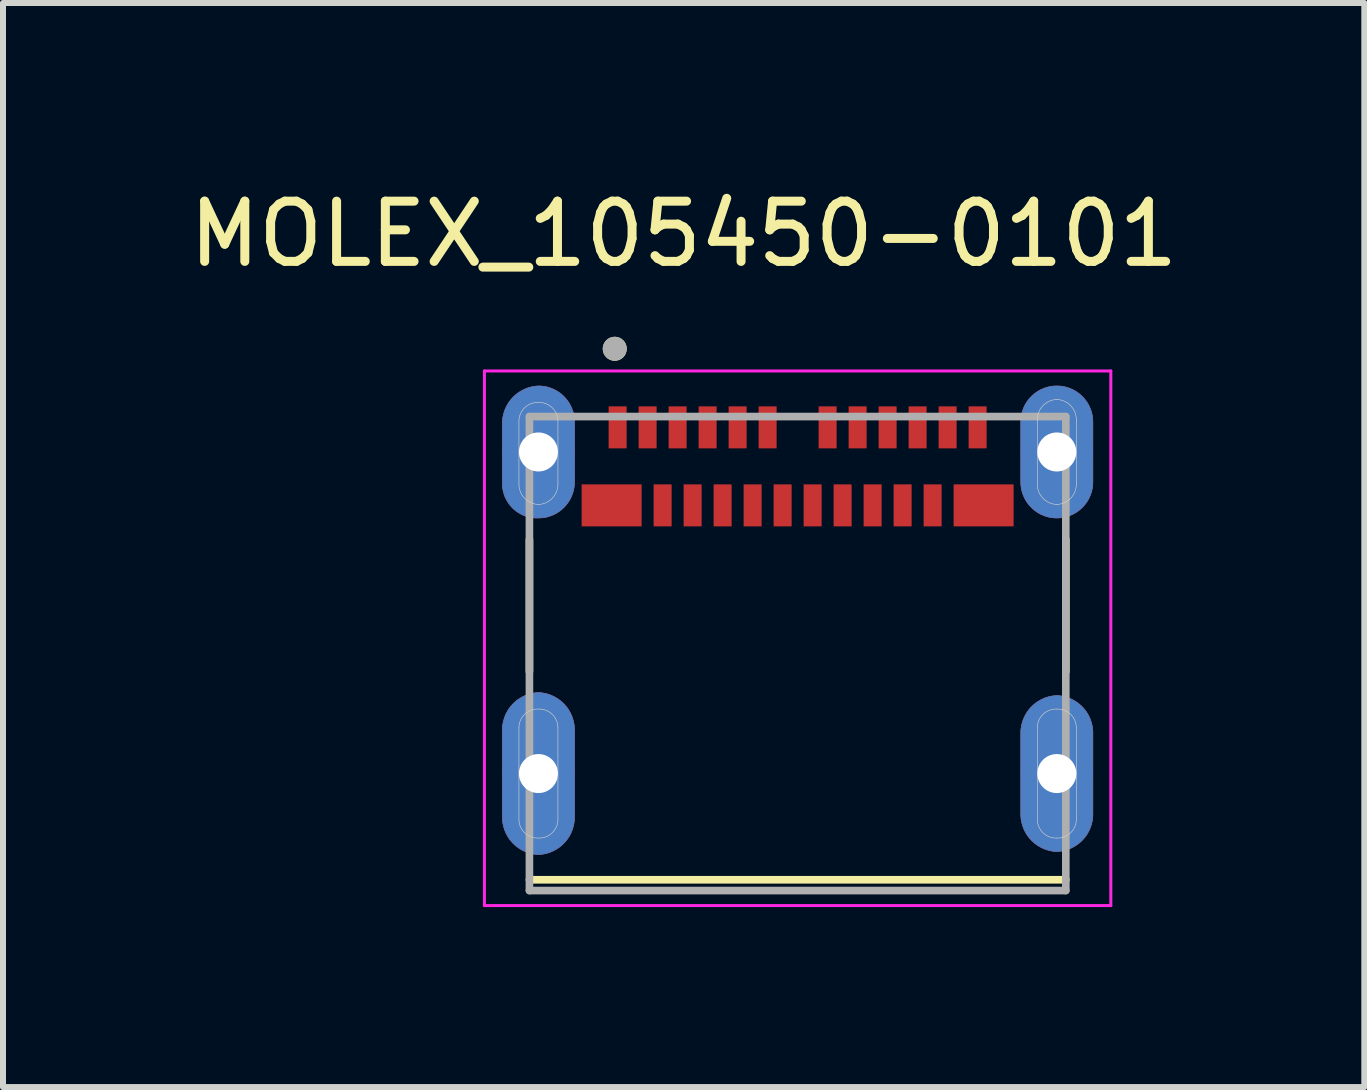
<source format=kicad_pcb>
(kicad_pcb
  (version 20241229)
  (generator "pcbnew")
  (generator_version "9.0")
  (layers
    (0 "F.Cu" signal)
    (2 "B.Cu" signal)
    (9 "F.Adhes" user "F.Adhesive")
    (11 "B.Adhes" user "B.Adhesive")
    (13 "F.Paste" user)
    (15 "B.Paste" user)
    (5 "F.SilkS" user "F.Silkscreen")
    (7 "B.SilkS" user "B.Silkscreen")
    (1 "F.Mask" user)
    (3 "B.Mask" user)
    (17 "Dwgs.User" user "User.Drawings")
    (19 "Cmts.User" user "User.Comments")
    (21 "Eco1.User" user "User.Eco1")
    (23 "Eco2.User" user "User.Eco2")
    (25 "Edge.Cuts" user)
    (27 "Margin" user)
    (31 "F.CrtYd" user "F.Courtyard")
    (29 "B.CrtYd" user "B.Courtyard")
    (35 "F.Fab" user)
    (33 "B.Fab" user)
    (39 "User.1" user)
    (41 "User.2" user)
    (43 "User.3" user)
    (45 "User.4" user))
  (footprint "MOLEX_105450-0101"
    (layer "F.Cu")
    (at 10.244 7.843)
    (property "Reference" "MOLEX_105450-0101" (at -1.899 -6.993 0) (layer "F.SilkS") (effects (font (size 1.004 1.004) (thickness 0.15))))
    (attr through_hole)
    (fp_poly (pts (xy -4.92 -2.81) (xy -4.92 -3.81) (xy -4.92 -3.846) (xy -4.919 -3.879) (xy -4.916 -3.911) (xy -4.911 -3.944) (xy -4.904 -3.976) (xy -4.896 -4.007) (xy -4.886 -4.039) (xy -4.875 -4.069) (xy -4.862 -4.099) (xy -4.847 -4.129) (xy -4.831 -4.157) (xy -4.814 -4.185) (xy -4.795 -4.211) (xy -4.774 -4.237) (xy -4.752 -4.262) (xy -4.73 -4.285) (xy -4.705 -4.307) (xy -4.68 -4.328) (xy -4.654 -4.347) (xy -4.626 -4.365) (xy -4.598 -4.382) (xy -4.569 -4.397) (xy -4.539 -4.411) (xy -4.509 -4.423) (xy -4.478 -4.433) (xy -4.446 -4.442) (xy -4.414 -4.449) (xy -4.382 -4.454) (xy -4.35 -4.458) (xy -4.32 -4.46) (xy -4.289 -4.459) (xy -4.257 -4.457) (xy -4.226 -4.453) (xy -4.195 -4.447) (xy -4.165 -4.44) (xy -4.135 -4.431) (xy -4.105 -4.42) (xy -4.076 -4.408) (xy -4.048 -4.395) (xy -4.02 -4.38) (xy -3.993 -4.363) (xy -3.967 -4.345) (xy -3.942 -4.326) (xy -3.919 -4.306) (xy -3.896 -4.284) (xy -3.874 -4.261) (xy -3.854 -4.238) (xy -3.835 -4.213) (xy -3.817 -4.187) (xy -3.8 -4.16) (xy -3.785 -4.132) (xy -3.772 -4.104) (xy -3.76 -4.075) (xy -3.749 -4.045) (xy -3.74 -4.015) (xy -3.733 -3.985) (xy -3.727 -3.954) (xy -3.723 -3.923) (xy -3.721 -3.891) (xy -3.72 -3.86) (xy -3.72 -2.86) (xy -3.721 -2.829) (xy -3.723 -2.797) (xy -3.727 -2.766) (xy -3.733 -2.735) (xy -3.74 -2.705) (xy -3.749 -2.675) (xy -3.76 -2.645) (xy -3.772 -2.616) (xy -3.785 -2.588) (xy -3.8 -2.56) (xy -3.817 -2.533) (xy -3.835 -2.507) (xy -3.854 -2.482) (xy -3.874 -2.459) (xy -3.896 -2.436) (xy -3.919 -2.414) (xy -3.942 -2.394) (xy -3.967 -2.375) (xy -3.993 -2.357) (xy -4.02 -2.34) (xy -4.048 -2.325) (xy -4.076 -2.312) (xy -4.105 -2.3) (xy -4.135 -2.289) (xy -4.165 -2.28) (xy -4.195 -2.273) (xy -4.226 -2.267) (xy -4.257 -2.263) (xy -4.289 -2.261) (xy -4.32 -2.26) (xy -4.355 -2.26) (xy -4.385 -2.261) (xy -4.415 -2.264) (xy -4.445 -2.268) (xy -4.474 -2.274) (xy -4.504 -2.282) (xy -4.532 -2.291) (xy -4.561 -2.301) (xy -4.588 -2.313) (xy -4.615 -2.327) (xy -4.641 -2.342) (xy -4.667 -2.358) (xy -4.691 -2.375) (xy -4.715 -2.394) (xy -4.738 -2.414) (xy -4.759 -2.435) (xy -4.779 -2.457) (xy -4.799 -2.481) (xy -4.816 -2.505) (xy -4.833 -2.53) (xy -4.848 -2.556) (xy -4.862 -2.583) (xy -4.875 -2.61) (xy -4.886 -2.638) (xy -4.895 -2.667) (xy -4.903 -2.696) (xy -4.91 -2.725) (xy -4.915 -2.755) (xy -4.918 -2.785) (xy -4.92 -2.81)) (stroke (width 0.01) (type solid)) (fill yes) (layer "F.Cu"))
    (fp_poly (pts (xy -4.92 2.7) (xy -4.92 1.3) (xy -4.92 1.264) (xy -4.919 1.231) (xy -4.916 1.199) (xy -4.911 1.166) (xy -4.904 1.134) (xy -4.896 1.103) (xy -4.886 1.071) (xy -4.875 1.041) (xy -4.862 1.011) (xy -4.847 0.981) (xy -4.831 0.953) (xy -4.814 0.925) (xy -4.795 0.899) (xy -4.774 0.873) (xy -4.752 0.848) (xy -4.73 0.825) (xy -4.705 0.803) (xy -4.68 0.782) (xy -4.654 0.763) (xy -4.626 0.745) (xy -4.598 0.728) (xy -4.569 0.713) (xy -4.539 0.699) (xy -4.509 0.687) (xy -4.478 0.677) (xy -4.446 0.668) (xy -4.414 0.661) (xy -4.382 0.656) (xy -4.35 0.652) (xy -4.32 0.65) (xy -4.29 0.652) (xy -4.258 0.656) (xy -4.226 0.661) (xy -4.194 0.668) (xy -4.162 0.677) (xy -4.131 0.687) (xy -4.101 0.699) (xy -4.071 0.713) (xy -4.042 0.728) (xy -4.014 0.745) (xy -3.986 0.763) (xy -3.96 0.782) (xy -3.935 0.803) (xy -3.91 0.825) (xy -3.888 0.848) (xy -3.866 0.873) (xy -3.845 0.899) (xy -3.826 0.925) (xy -3.809 0.953) (xy -3.793 0.981) (xy -3.778 1.011) (xy -3.765 1.041) (xy -3.754 1.071) (xy -3.744 1.103) (xy -3.736 1.134) (xy -3.729 1.166) (xy -3.724 1.199) (xy -3.721 1.231) (xy -3.72 1.264) (xy -3.72 1.3) (xy -3.72 2.7) (xy -3.72 2.736) (xy -3.721 2.769) (xy -3.724 2.801) (xy -3.729 2.834) (xy -3.736 2.866) (xy -3.744 2.897) (xy -3.754 2.929) (xy -3.765 2.959) (xy -3.778 2.989) (xy -3.793 3.019) (xy -3.809 3.047) (xy -3.826 3.075) (xy -3.845 3.101) (xy -3.866 3.127) (xy -3.888 3.152) (xy -3.91 3.175) (xy -3.935 3.197) (xy -3.96 3.218) (xy -3.986 3.237) (xy -4.014 3.255) (xy -4.042 3.272) (xy -4.071 3.287) (xy -4.101 3.301) (xy -4.131 3.313) (xy -4.162 3.323) (xy -4.194 3.332) (xy -4.226 3.339) (xy -4.258 3.344) (xy -4.29 3.348) (xy -4.32 3.35) (xy -4.35 3.348) (xy -4.382 3.344) (xy -4.414 3.339) (xy -4.446 3.332) (xy -4.478 3.323) (xy -4.509 3.313) (xy -4.539 3.301) (xy -4.569 3.287) (xy -4.598 3.272) (xy -4.626 3.255) (xy -4.654 3.237) (xy -4.68 3.218) (xy -4.705 3.197) (xy -4.73 3.175) (xy -4.752 3.152) (xy -4.774 3.127) (xy -4.795 3.101) (xy -4.814 3.075) (xy -4.831 3.047) (xy -4.847 3.019) (xy -4.862 2.989) (xy -4.875 2.959) (xy -4.886 2.929) (xy -4.896 2.897) (xy -4.904 2.866) (xy -4.911 2.834) (xy -4.916 2.801) (xy -4.919 2.769) (xy -4.92 2.736) (xy -4.92 2.7)) (stroke (width 0.01) (type solid)) (fill yes) (layer "F.Cu"))
    (fp_poly (pts (xy 3.72 -2.86) (xy 3.72 -3.86) (xy 3.721 -3.891) (xy 3.723 -3.923) (xy 3.727 -3.954) (xy 3.733 -3.985) (xy 3.74 -4.015) (xy 3.749 -4.045) (xy 3.76 -4.075) (xy 3.772 -4.104) (xy 3.785 -4.132) (xy 3.8 -4.16) (xy 3.817 -4.187) (xy 3.835 -4.213) (xy 3.854 -4.238) (xy 3.874 -4.261) (xy 3.896 -4.284) (xy 3.919 -4.306) (xy 3.942 -4.326) (xy 3.967 -4.345) (xy 3.993 -4.363) (xy 4.02 -4.38) (xy 4.048 -4.395) (xy 4.076 -4.408) (xy 4.105 -4.42) (xy 4.135 -4.431) (xy 4.165 -4.44) (xy 4.195 -4.447) (xy 4.226 -4.453) (xy 4.257 -4.457) (xy 4.289 -4.459) (xy 4.32 -4.46) (xy 4.351 -4.459) (xy 4.383 -4.457) (xy 4.414 -4.453) (xy 4.445 -4.447) (xy 4.475 -4.44) (xy 4.505 -4.431) (xy 4.535 -4.42) (xy 4.564 -4.408) (xy 4.592 -4.395) (xy 4.62 -4.38) (xy 4.647 -4.363) (xy 4.673 -4.345) (xy 4.698 -4.326) (xy 4.721 -4.306) (xy 4.744 -4.284) (xy 4.766 -4.261) (xy 4.786 -4.238) (xy 4.805 -4.213) (xy 4.823 -4.187) (xy 4.84 -4.16) (xy 4.855 -4.132) (xy 4.868 -4.104) (xy 4.88 -4.075) (xy 4.891 -4.045) (xy 4.9 -4.015) (xy 4.907 -3.985) (xy 4.913 -3.954) (xy 4.917 -3.923) (xy 4.919 -3.891) (xy 4.92 -3.86) (xy 4.92 -2.86) (xy 4.919 -2.829) (xy 4.917 -2.797) (xy 4.913 -2.766) (xy 4.907 -2.735) (xy 4.9 -2.705) (xy 4.891 -2.675) (xy 4.88 -2.645) (xy 4.868 -2.616) (xy 4.855 -2.588) (xy 4.84 -2.56) (xy 4.823 -2.533) (xy 4.805 -2.507) (xy 4.786 -2.482) (xy 4.766 -2.459) (xy 4.744 -2.436) (xy 4.721 -2.414) (xy 4.698 -2.394) (xy 4.673 -2.375) (xy 4.647 -2.357) (xy 4.62 -2.34) (xy 4.592 -2.325) (xy 4.564 -2.312) (xy 4.535 -2.3) (xy 4.505 -2.289) (xy 4.475 -2.28) (xy 4.445 -2.273) (xy 4.414 -2.267) (xy 4.383 -2.263) (xy 4.351 -2.261) (xy 4.32 -2.26) (xy 4.289 -2.261) (xy 4.257 -2.263) (xy 4.226 -2.267) (xy 4.195 -2.273) (xy 4.165 -2.28) (xy 4.135 -2.289) (xy 4.105 -2.3) (xy 4.076 -2.312) (xy 4.048 -2.325) (xy 4.02 -2.34) (xy 3.993 -2.357) (xy 3.967 -2.375) (xy 3.942 -2.394) (xy 3.919 -2.414) (xy 3.896 -2.436) (xy 3.874 -2.459) (xy 3.854 -2.482) (xy 3.835 -2.507) (xy 3.817 -2.533) (xy 3.8 -2.56) (xy 3.785 -2.588) (xy 3.772 -2.616) (xy 3.76 -2.645) (xy 3.749 -2.675) (xy 3.74 -2.705) (xy 3.733 -2.735) (xy 3.727 -2.766) (xy 3.723 -2.797) (xy 3.721 -2.829) (xy 3.72 -2.86)) (stroke (width 0.01) (type solid)) (fill yes) (layer "F.Cu"))
    (fp_poly (pts (xy 3.72 2.65) (xy 3.72 1.35) (xy 3.72 1.314) (xy 3.721 1.281) (xy 3.724 1.249) (xy 3.729 1.216) (xy 3.736 1.184) (xy 3.744 1.153) (xy 3.754 1.121) (xy 3.765 1.091) (xy 3.778 1.061) (xy 3.793 1.031) (xy 3.809 1.003) (xy 3.826 0.975) (xy 3.845 0.949) (xy 3.866 0.923) (xy 3.888 0.898) (xy 3.91 0.875) (xy 3.935 0.853) (xy 3.96 0.832) (xy 3.986 0.813) (xy 4.014 0.795) (xy 4.042 0.778) (xy 4.071 0.763) (xy 4.101 0.749) (xy 4.131 0.737) (xy 4.162 0.727) (xy 4.194 0.718) (xy 4.226 0.711) (xy 4.258 0.706) (xy 4.29 0.702) (xy 4.32 0.7) (xy 4.35 0.702) (xy 4.382 0.706) (xy 4.414 0.711) (xy 4.446 0.718) (xy 4.478 0.727) (xy 4.509 0.737) (xy 4.539 0.749) (xy 4.569 0.763) (xy 4.598 0.778) (xy 4.626 0.795) (xy 4.654 0.813) (xy 4.68 0.832) (xy 4.705 0.853) (xy 4.73 0.875) (xy 4.752 0.898) (xy 4.774 0.923) (xy 4.795 0.949) (xy 4.814 0.975) (xy 4.831 1.003) (xy 4.847 1.031) (xy 4.862 1.061) (xy 4.875 1.091) (xy 4.886 1.121) (xy 4.896 1.153) (xy 4.904 1.184) (xy 4.911 1.216) (xy 4.916 1.249) (xy 4.919 1.281) (xy 4.92 1.314) (xy 4.92 1.35) (xy 4.92 2.65) (xy 4.92 2.686) (xy 4.919 2.719) (xy 4.916 2.751) (xy 4.911 2.784) (xy 4.904 2.816) (xy 4.896 2.847) (xy 4.886 2.879) (xy 4.875 2.909) (xy 4.862 2.939) (xy 4.847 2.969) (xy 4.831 2.997) (xy 4.814 3.025) (xy 4.795 3.051) (xy 4.774 3.077) (xy 4.752 3.102) (xy 4.73 3.125) (xy 4.705 3.147) (xy 4.68 3.168) (xy 4.654 3.187) (xy 4.626 3.205) (xy 4.598 3.222) (xy 4.569 3.237) (xy 4.539 3.251) (xy 4.509 3.263) (xy 4.478 3.273) (xy 4.446 3.282) (xy 4.414 3.289) (xy 4.382 3.294) (xy 4.35 3.298) (xy 4.32 3.3) (xy 4.29 3.298) (xy 4.258 3.294) (xy 4.226 3.289) (xy 4.194 3.282) (xy 4.162 3.273) (xy 4.131 3.263) (xy 4.101 3.251) (xy 4.071 3.237) (xy 4.042 3.222) (xy 4.014 3.205) (xy 3.986 3.187) (xy 3.96 3.168) (xy 3.935 3.147) (xy 3.91 3.125) (xy 3.888 3.102) (xy 3.866 3.077) (xy 3.845 3.051) (xy 3.826 3.025) (xy 3.809 2.997) (xy 3.793 2.969) (xy 3.778 2.939) (xy 3.765 2.909) (xy 3.754 2.879) (xy 3.744 2.847) (xy 3.736 2.816) (xy 3.729 2.784) (xy 3.724 2.751) (xy 3.721 2.719) (xy 3.72 2.686) (xy 3.72 2.65)) (stroke (width 0.01) (type solid)) (fill yes) (layer "F.Cu"))
    (fp_poly (pts (xy -4.97 2.7) (xy -4.97 1.3) (xy -4.97 1.263) (xy -4.969 1.228) (xy -4.965 1.193) (xy -4.96 1.158) (xy -4.953 1.123) (xy -4.944 1.089) (xy -4.934 1.055) (xy -4.921 1.022) (xy -4.907 0.99) (xy -4.891 0.958) (xy -4.874 0.927) (xy -4.855 0.897) (xy -4.834 0.868) (xy -4.812 0.841) (xy -4.789 0.814) (xy -4.764 0.789) (xy -4.738 0.765) (xy -4.711 0.743) (xy -4.682 0.722) (xy -4.653 0.702) (xy -4.622 0.684) (xy -4.591 0.668) (xy -4.559 0.653) (xy -4.526 0.64) (xy -4.492 0.629) (xy -4.458 0.62) (xy -4.424 0.612) (xy -4.389 0.606) (xy -4.354 0.602) (xy -4.32 0.6) (xy -4.286 0.602) (xy -4.251 0.606) (xy -4.216 0.612) (xy -4.182 0.62) (xy -4.148 0.629) (xy -4.114 0.64) (xy -4.081 0.653) (xy -4.049 0.668) (xy -4.018 0.684) (xy -3.987 0.702) (xy -3.958 0.722) (xy -3.929 0.743) (xy -3.902 0.765) (xy -3.876 0.789) (xy -3.851 0.814) (xy -3.828 0.841) (xy -3.806 0.868) (xy -3.785 0.897) (xy -3.766 0.927) (xy -3.749 0.958) (xy -3.733 0.99) (xy -3.719 1.022) (xy -3.706 1.055) (xy -3.696 1.089) (xy -3.687 1.123) (xy -3.68 1.158) (xy -3.675 1.193) (xy -3.671 1.228) (xy -3.67 1.263) (xy -3.67 1.3) (xy -3.67 2.7) (xy -3.67 2.737) (xy -3.671 2.772) (xy -3.675 2.807) (xy -3.68 2.842) (xy -3.687 2.877) (xy -3.696 2.911) (xy -3.706 2.945) (xy -3.719 2.978) (xy -3.733 3.01) (xy -3.749 3.042) (xy -3.766 3.073) (xy -3.785 3.103) (xy -3.806 3.132) (xy -3.828 3.159) (xy -3.851 3.186) (xy -3.876 3.211) (xy -3.902 3.235) (xy -3.929 3.257) (xy -3.958 3.278) (xy -3.987 3.298) (xy -4.018 3.316) (xy -4.049 3.332) (xy -4.081 3.347) (xy -4.114 3.36) (xy -4.148 3.371) (xy -4.182 3.38) (xy -4.216 3.388) (xy -4.251 3.394) (xy -4.286 3.398) (xy -4.32 3.4) (xy -4.354 3.398) (xy -4.389 3.394) (xy -4.424 3.388) (xy -4.458 3.38) (xy -4.492 3.371) (xy -4.526 3.36) (xy -4.559 3.347) (xy -4.591 3.332) (xy -4.622 3.316) (xy -4.653 3.298) (xy -4.682 3.278) (xy -4.711 3.257) (xy -4.738 3.235) (xy -4.764 3.211) (xy -4.789 3.186) (xy -4.812 3.159) (xy -4.834 3.132) (xy -4.855 3.103) (xy -4.874 3.073) (xy -4.891 3.042) (xy -4.907 3.01) (xy -4.921 2.978) (xy -4.934 2.945) (xy -4.944 2.911) (xy -4.953 2.877) (xy -4.96 2.842) (xy -4.965 2.807) (xy -4.969 2.772) (xy -4.97 2.737) (xy -4.97 2.7)) (stroke (width 0.01) (type solid)) (fill yes) (layer "F.Mask"))
    (fp_poly (pts (xy -4.32 -2.21) (xy -4.356 -2.21) (xy -4.389 -2.211) (xy -4.421 -2.214) (xy -4.454 -2.219) (xy -4.486 -2.226) (xy -4.517 -2.234) (xy -4.549 -2.244) (xy -4.579 -2.255) (xy -4.609 -2.268) (xy -4.639 -2.283) (xy -4.667 -2.299) (xy -4.695 -2.316) (xy -4.721 -2.335) (xy -4.747 -2.356) (xy -4.772 -2.378) (xy -4.795 -2.4) (xy -4.817 -2.425) (xy -4.838 -2.45) (xy -4.857 -2.476) (xy -4.875 -2.504) (xy -4.892 -2.532) (xy -4.907 -2.561) (xy -4.921 -2.591) (xy -4.933 -2.621) (xy -4.943 -2.652) (xy -4.952 -2.684) (xy -4.959 -2.716) (xy -4.964 -2.748) (xy -4.968 -2.78) (xy -4.97 -2.81) (xy -4.97 -3.81) (xy -4.97 -3.847) (xy -4.969 -3.882) (xy -4.965 -3.917) (xy -4.96 -3.952) (xy -4.953 -3.987) (xy -4.944 -4.021) (xy -4.934 -4.055) (xy -4.921 -4.088) (xy -4.907 -4.12) (xy -4.891 -4.152) (xy -4.874 -4.183) (xy -4.855 -4.213) (xy -4.834 -4.242) (xy -4.812 -4.269) (xy -4.789 -4.296) (xy -4.764 -4.321) (xy -4.738 -4.345) (xy -4.711 -4.367) (xy -4.682 -4.388) (xy -4.653 -4.408) (xy -4.622 -4.426) (xy -4.591 -4.442) (xy -4.559 -4.457) (xy -4.526 -4.47) (xy -4.492 -4.481) (xy -4.458 -4.49) (xy -4.424 -4.498) (xy -4.389 -4.504) (xy -4.354 -4.508) (xy -4.32 -4.51) (xy -4.286 -4.509) (xy -4.252 -4.506) (xy -4.218 -4.502) (xy -4.185 -4.496) (xy -4.152 -4.488) (xy -4.119 -4.478) (xy -4.087 -4.467) (xy -4.056 -4.454) (xy -4.025 -4.439) (xy -3.995 -4.423) (xy -3.966 -4.405) (xy -3.938 -4.386) (xy -3.911 -4.365) (xy -3.885 -4.343) (xy -3.86 -4.32) (xy -3.837 -4.295) (xy -3.815 -4.269) (xy -3.794 -4.242) (xy -3.775 -4.214) (xy -3.757 -4.185) (xy -3.741 -4.155) (xy -3.726 -4.124) (xy -3.713 -4.093) (xy -3.702 -4.061) (xy -3.692 -4.028) (xy -3.684 -3.995) (xy -3.678 -3.962) (xy -3.674 -3.928) (xy -3.671 -3.894) (xy -3.67 -3.86) (xy -3.67 -2.86) (xy -3.671 -2.826) (xy -3.674 -2.792) (xy -3.678 -2.758) (xy -3.684 -2.725) (xy -3.692 -2.692) (xy -3.702 -2.659) (xy -3.713 -2.627) (xy -3.726 -2.596) (xy -3.741 -2.565) (xy -3.757 -2.535) (xy -3.775 -2.506) (xy -3.794 -2.478) (xy -3.815 -2.451) (xy -3.837 -2.425) (xy -3.86 -2.4) (xy -3.885 -2.377) (xy -3.911 -2.355) (xy -3.938 -2.334) (xy -3.966 -2.315) (xy -3.995 -2.297) (xy -4.025 -2.281) (xy -4.056 -2.266) (xy -4.087 -2.253) (xy -4.119 -2.242) (xy -4.152 -2.232) (xy -4.185 -2.224) (xy -4.218 -2.218) (xy -4.252 -2.214) (xy -4.286 -2.211) (xy -4.32 -2.21)) (stroke (width 0.01) (type solid)) (fill yes) (layer "F.Mask"))
    (fp_poly (pts (xy 3.67 2.65) (xy 3.67 1.35) (xy 3.67 1.313) (xy 3.671 1.278) (xy 3.675 1.243) (xy 3.68 1.208) (xy 3.687 1.173) (xy 3.696 1.139) (xy 3.706 1.105) (xy 3.719 1.072) (xy 3.733 1.04) (xy 3.749 1.008) (xy 3.766 0.977) (xy 3.785 0.947) (xy 3.806 0.918) (xy 3.828 0.891) (xy 3.851 0.864) (xy 3.876 0.839) (xy 3.902 0.815) (xy 3.929 0.793) (xy 3.958 0.772) (xy 3.987 0.752) (xy 4.018 0.734) (xy 4.049 0.718) (xy 4.081 0.703) (xy 4.114 0.69) (xy 4.148 0.679) (xy 4.182 0.67) (xy 4.216 0.662) (xy 4.251 0.656) (xy 4.286 0.652) (xy 4.32 0.65) (xy 4.354 0.652) (xy 4.389 0.656) (xy 4.424 0.662) (xy 4.458 0.67) (xy 4.492 0.679) (xy 4.526 0.69) (xy 4.559 0.703) (xy 4.591 0.718) (xy 4.622 0.734) (xy 4.653 0.752) (xy 4.682 0.772) (xy 4.711 0.793) (xy 4.738 0.815) (xy 4.764 0.839) (xy 4.789 0.864) (xy 4.812 0.891) (xy 4.834 0.918) (xy 4.855 0.947) (xy 4.874 0.977) (xy 4.891 1.008) (xy 4.907 1.04) (xy 4.921 1.072) (xy 4.934 1.105) (xy 4.944 1.139) (xy 4.953 1.173) (xy 4.96 1.208) (xy 4.965 1.243) (xy 4.969 1.278) (xy 4.97 1.313) (xy 4.97 1.35) (xy 4.97 2.65) (xy 4.97 2.687) (xy 4.969 2.722) (xy 4.965 2.757) (xy 4.96 2.792) (xy 4.953 2.827) (xy 4.944 2.861) (xy 4.934 2.895) (xy 4.921 2.928) (xy 4.907 2.96) (xy 4.891 2.992) (xy 4.874 3.023) (xy 4.855 3.053) (xy 4.834 3.082) (xy 4.812 3.109) (xy 4.789 3.136) (xy 4.764 3.161) (xy 4.738 3.185) (xy 4.711 3.207) (xy 4.682 3.228) (xy 4.653 3.248) (xy 4.622 3.266) (xy 4.591 3.282) (xy 4.559 3.297) (xy 4.526 3.31) (xy 4.492 3.321) (xy 4.458 3.33) (xy 4.424 3.338) (xy 4.389 3.344) (xy 4.354 3.348) (xy 4.32 3.35) (xy 4.286 3.348) (xy 4.251 3.344) (xy 4.216 3.338) (xy 4.182 3.33) (xy 4.148 3.321) (xy 4.114 3.31) (xy 4.081 3.297) (xy 4.049 3.282) (xy 4.018 3.266) (xy 3.987 3.248) (xy 3.958 3.228) (xy 3.929 3.207) (xy 3.902 3.185) (xy 3.876 3.161) (xy 3.851 3.136) (xy 3.828 3.109) (xy 3.806 3.082) (xy 3.785 3.053) (xy 3.766 3.023) (xy 3.749 2.992) (xy 3.733 2.96) (xy 3.719 2.928) (xy 3.706 2.895) (xy 3.696 2.861) (xy 3.687 2.827) (xy 3.68 2.792) (xy 3.675 2.757) (xy 3.671 2.722) (xy 3.67 2.687) (xy 3.67 2.65)) (stroke (width 0.01) (type solid)) (fill yes) (layer "F.Mask"))
    (fp_poly (pts (xy 4.32 -2.21) (xy 4.286 -2.211) (xy 4.252 -2.214) (xy 4.218 -2.218) (xy 4.185 -2.224) (xy 4.152 -2.232) (xy 4.119 -2.242) (xy 4.087 -2.253) (xy 4.056 -2.266) (xy 4.025 -2.281) (xy 3.995 -2.297) (xy 3.966 -2.315) (xy 3.938 -2.334) (xy 3.911 -2.355) (xy 3.885 -2.377) (xy 3.86 -2.4) (xy 3.837 -2.425) (xy 3.815 -2.451) (xy 3.794 -2.478) (xy 3.775 -2.506) (xy 3.757 -2.535) (xy 3.741 -2.565) (xy 3.726 -2.596) (xy 3.713 -2.627) (xy 3.702 -2.659) (xy 3.692 -2.692) (xy 3.684 -2.725) (xy 3.678 -2.758) (xy 3.674 -2.792) (xy 3.671 -2.826) (xy 3.67 -2.86) (xy 3.67 -3.86) (xy 3.671 -3.894) (xy 3.674 -3.928) (xy 3.678 -3.962) (xy 3.684 -3.995) (xy 3.692 -4.028) (xy 3.702 -4.061) (xy 3.713 -4.093) (xy 3.726 -4.124) (xy 3.741 -4.155) (xy 3.757 -4.185) (xy 3.775 -4.214) (xy 3.794 -4.242) (xy 3.815 -4.269) (xy 3.837 -4.295) (xy 3.86 -4.32) (xy 3.885 -4.343) (xy 3.911 -4.365) (xy 3.938 -4.386) (xy 3.966 -4.405) (xy 3.995 -4.423) (xy 4.025 -4.439) (xy 4.056 -4.454) (xy 4.087 -4.467) (xy 4.119 -4.478) (xy 4.152 -4.488) (xy 4.185 -4.496) (xy 4.218 -4.502) (xy 4.252 -4.506) (xy 4.286 -4.509) (xy 4.32 -4.51) (xy 4.354 -4.509) (xy 4.388 -4.506) (xy 4.422 -4.502) (xy 4.455 -4.496) (xy 4.488 -4.488) (xy 4.521 -4.478) (xy 4.553 -4.467) (xy 4.584 -4.454) (xy 4.615 -4.439) (xy 4.645 -4.423) (xy 4.674 -4.405) (xy 4.702 -4.386) (xy 4.729 -4.365) (xy 4.755 -4.343) (xy 4.78 -4.32) (xy 4.803 -4.295) (xy 4.825 -4.269) (xy 4.846 -4.242) (xy 4.865 -4.214) (xy 4.883 -4.185) (xy 4.899 -4.155) (xy 4.914 -4.124) (xy 4.927 -4.093) (xy 4.938 -4.061) (xy 4.948 -4.028) (xy 4.956 -3.995) (xy 4.962 -3.962) (xy 4.966 -3.928) (xy 4.969 -3.894) (xy 4.97 -3.86) (xy 4.97 -2.86) (xy 4.969 -2.826) (xy 4.966 -2.792) (xy 4.962 -2.758) (xy 4.956 -2.725) (xy 4.948 -2.692) (xy 4.938 -2.659) (xy 4.927 -2.627) (xy 4.914 -2.596) (xy 4.899 -2.565) (xy 4.883 -2.535) (xy 4.865 -2.506) (xy 4.846 -2.478) (xy 4.825 -2.451) (xy 4.803 -2.425) (xy 4.78 -2.4) (xy 4.755 -2.377) (xy 4.729 -2.355) (xy 4.702 -2.334) (xy 4.674 -2.315) (xy 4.645 -2.297) (xy 4.615 -2.281) (xy 4.584 -2.266) (xy 4.553 -2.253) (xy 4.521 -2.242) (xy 4.488 -2.232) (xy 4.455 -2.224) (xy 4.422 -2.218) (xy 4.388 -2.214) (xy 4.354 -2.211) (xy 4.32 -2.21)) (stroke (width 0.01) (type solid)) (fill yes) (layer "F.Mask"))
    (fp_poly (pts (xy -4.92 -2.81) (xy -4.92 -3.81) (xy -4.92 -3.846) (xy -4.919 -3.879) (xy -4.916 -3.911) (xy -4.911 -3.944) (xy -4.904 -3.976) (xy -4.896 -4.007) (xy -4.886 -4.039) (xy -4.875 -4.069) (xy -4.862 -4.099) (xy -4.847 -4.129) (xy -4.831 -4.157) (xy -4.814 -4.185) (xy -4.795 -4.211) (xy -4.774 -4.237) (xy -4.752 -4.262) (xy -4.73 -4.285) (xy -4.705 -4.307) (xy -4.68 -4.328) (xy -4.654 -4.347) (xy -4.626 -4.365) (xy -4.598 -4.382) (xy -4.569 -4.397) (xy -4.539 -4.411) (xy -4.509 -4.423) (xy -4.478 -4.433) (xy -4.446 -4.442) (xy -4.414 -4.449) (xy -4.382 -4.454) (xy -4.35 -4.458) (xy -4.32 -4.46) (xy -4.289 -4.459) (xy -4.257 -4.457) (xy -4.226 -4.453) (xy -4.195 -4.447) (xy -4.165 -4.44) (xy -4.135 -4.431) (xy -4.105 -4.42) (xy -4.076 -4.408) (xy -4.048 -4.395) (xy -4.02 -4.38) (xy -3.993 -4.363) (xy -3.967 -4.345) (xy -3.942 -4.326) (xy -3.919 -4.306) (xy -3.896 -4.284) (xy -3.874 -4.261) (xy -3.854 -4.238) (xy -3.835 -4.213) (xy -3.817 -4.187) (xy -3.8 -4.16) (xy -3.785 -4.132) (xy -3.772 -4.104) (xy -3.76 -4.075) (xy -3.749 -4.045) (xy -3.74 -4.015) (xy -3.733 -3.985) (xy -3.727 -3.954) (xy -3.723 -3.923) (xy -3.721 -3.891) (xy -3.72 -3.86) (xy -3.72 -2.86) (xy -3.721 -2.829) (xy -3.723 -2.797) (xy -3.727 -2.766) (xy -3.733 -2.735) (xy -3.74 -2.705) (xy -3.749 -2.675) (xy -3.76 -2.645) (xy -3.772 -2.616) (xy -3.785 -2.588) (xy -3.8 -2.56) (xy -3.817 -2.533) (xy -3.835 -2.507) (xy -3.854 -2.482) (xy -3.874 -2.459) (xy -3.896 -2.436) (xy -3.919 -2.414) (xy -3.942 -2.394) (xy -3.967 -2.375) (xy -3.993 -2.357) (xy -4.02 -2.34) (xy -4.048 -2.325) (xy -4.076 -2.312) (xy -4.105 -2.3) (xy -4.135 -2.289) (xy -4.165 -2.28) (xy -4.195 -2.273) (xy -4.226 -2.267) (xy -4.257 -2.263) (xy -4.289 -2.261) (xy -4.32 -2.26) (xy -4.355 -2.26) (xy -4.385 -2.261) (xy -4.415 -2.264) (xy -4.445 -2.268) (xy -4.474 -2.274) (xy -4.504 -2.282) (xy -4.532 -2.291) (xy -4.561 -2.301) (xy -4.588 -2.313) (xy -4.615 -2.327) (xy -4.641 -2.342) (xy -4.667 -2.358) (xy -4.691 -2.375) (xy -4.715 -2.394) (xy -4.738 -2.414) (xy -4.759 -2.435) (xy -4.779 -2.457) (xy -4.799 -2.481) (xy -4.816 -2.505) (xy -4.833 -2.53) (xy -4.848 -2.556) (xy -4.862 -2.583) (xy -4.875 -2.61) (xy -4.886 -2.638) (xy -4.895 -2.667) (xy -4.903 -2.696) (xy -4.91 -2.725) (xy -4.915 -2.755) (xy -4.918 -2.785) (xy -4.92 -2.81)) (stroke (width 0.01) (type solid)) (fill yes) (layer "B.Cu"))
    (fp_poly (pts (xy -4.92 2.7) (xy -4.92 1.3) (xy -4.92 1.264) (xy -4.919 1.231) (xy -4.916 1.199) (xy -4.911 1.166) (xy -4.904 1.134) (xy -4.896 1.103) (xy -4.886 1.071) (xy -4.875 1.041) (xy -4.862 1.011) (xy -4.847 0.981) (xy -4.831 0.953) (xy -4.814 0.925) (xy -4.795 0.899) (xy -4.774 0.873) (xy -4.752 0.848) (xy -4.73 0.825) (xy -4.705 0.803) (xy -4.68 0.782) (xy -4.654 0.763) (xy -4.626 0.745) (xy -4.598 0.728) (xy -4.569 0.713) (xy -4.539 0.699) (xy -4.509 0.687) (xy -4.478 0.677) (xy -4.446 0.668) (xy -4.414 0.661) (xy -4.382 0.656) (xy -4.35 0.652) (xy -4.32 0.65) (xy -4.29 0.652) (xy -4.258 0.656) (xy -4.226 0.661) (xy -4.194 0.668) (xy -4.162 0.677) (xy -4.131 0.687) (xy -4.101 0.699) (xy -4.071 0.713) (xy -4.042 0.728) (xy -4.014 0.745) (xy -3.986 0.763) (xy -3.96 0.782) (xy -3.935 0.803) (xy -3.91 0.825) (xy -3.888 0.848) (xy -3.866 0.873) (xy -3.845 0.899) (xy -3.826 0.925) (xy -3.809 0.953) (xy -3.793 0.981) (xy -3.778 1.011) (xy -3.765 1.041) (xy -3.754 1.071) (xy -3.744 1.103) (xy -3.736 1.134) (xy -3.729 1.166) (xy -3.724 1.199) (xy -3.721 1.231) (xy -3.72 1.264) (xy -3.72 1.3) (xy -3.72 2.7) (xy -3.72 2.736) (xy -3.721 2.769) (xy -3.724 2.801) (xy -3.729 2.834) (xy -3.736 2.866) (xy -3.744 2.897) (xy -3.754 2.929) (xy -3.765 2.959) (xy -3.778 2.989) (xy -3.793 3.019) (xy -3.809 3.047) (xy -3.826 3.075) (xy -3.845 3.101) (xy -3.866 3.127) (xy -3.888 3.152) (xy -3.91 3.175) (xy -3.935 3.197) (xy -3.96 3.218) (xy -3.986 3.237) (xy -4.014 3.255) (xy -4.042 3.272) (xy -4.071 3.287) (xy -4.101 3.301) (xy -4.131 3.313) (xy -4.162 3.323) (xy -4.194 3.332) (xy -4.226 3.339) (xy -4.258 3.344) (xy -4.29 3.348) (xy -4.32 3.35) (xy -4.35 3.348) (xy -4.382 3.344) (xy -4.414 3.339) (xy -4.446 3.332) (xy -4.478 3.323) (xy -4.509 3.313) (xy -4.539 3.301) (xy -4.569 3.287) (xy -4.598 3.272) (xy -4.626 3.255) (xy -4.654 3.237) (xy -4.68 3.218) (xy -4.705 3.197) (xy -4.73 3.175) (xy -4.752 3.152) (xy -4.774 3.127) (xy -4.795 3.101) (xy -4.814 3.075) (xy -4.831 3.047) (xy -4.847 3.019) (xy -4.862 2.989) (xy -4.875 2.959) (xy -4.886 2.929) (xy -4.896 2.897) (xy -4.904 2.866) (xy -4.911 2.834) (xy -4.916 2.801) (xy -4.919 2.769) (xy -4.92 2.736) (xy -4.92 2.7)) (stroke (width 0.01) (type solid)) (fill yes) (layer "B.Cu"))
    (fp_poly (pts (xy 3.72 -2.86) (xy 3.72 -3.86) (xy 3.721 -3.891) (xy 3.723 -3.923) (xy 3.727 -3.954) (xy 3.733 -3.985) (xy 3.74 -4.015) (xy 3.749 -4.045) (xy 3.76 -4.075) (xy 3.772 -4.104) (xy 3.785 -4.132) (xy 3.8 -4.16) (xy 3.817 -4.187) (xy 3.835 -4.213) (xy 3.854 -4.238) (xy 3.874 -4.261) (xy 3.896 -4.284) (xy 3.919 -4.306) (xy 3.942 -4.326) (xy 3.967 -4.345) (xy 3.993 -4.363) (xy 4.02 -4.38) (xy 4.048 -4.395) (xy 4.076 -4.408) (xy 4.105 -4.42) (xy 4.135 -4.431) (xy 4.165 -4.44) (xy 4.195 -4.447) (xy 4.226 -4.453) (xy 4.257 -4.457) (xy 4.289 -4.459) (xy 4.32 -4.46) (xy 4.351 -4.459) (xy 4.383 -4.457) (xy 4.414 -4.453) (xy 4.445 -4.447) (xy 4.475 -4.44) (xy 4.505 -4.431) (xy 4.535 -4.42) (xy 4.564 -4.408) (xy 4.592 -4.395) (xy 4.62 -4.38) (xy 4.647 -4.363) (xy 4.673 -4.345) (xy 4.698 -4.326) (xy 4.721 -4.306) (xy 4.744 -4.284) (xy 4.766 -4.261) (xy 4.786 -4.238) (xy 4.805 -4.213) (xy 4.823 -4.187) (xy 4.84 -4.16) (xy 4.855 -4.132) (xy 4.868 -4.104) (xy 4.88 -4.075) (xy 4.891 -4.045) (xy 4.9 -4.015) (xy 4.907 -3.985) (xy 4.913 -3.954) (xy 4.917 -3.923) (xy 4.919 -3.891) (xy 4.92 -3.86) (xy 4.92 -2.86) (xy 4.919 -2.829) (xy 4.917 -2.797) (xy 4.913 -2.766) (xy 4.907 -2.735) (xy 4.9 -2.705) (xy 4.891 -2.675) (xy 4.88 -2.645) (xy 4.868 -2.616) (xy 4.855 -2.588) (xy 4.84 -2.56) (xy 4.823 -2.533) (xy 4.805 -2.507) (xy 4.786 -2.482) (xy 4.766 -2.459) (xy 4.744 -2.436) (xy 4.721 -2.414) (xy 4.698 -2.394) (xy 4.673 -2.375) (xy 4.647 -2.357) (xy 4.62 -2.34) (xy 4.592 -2.325) (xy 4.564 -2.312) (xy 4.535 -2.3) (xy 4.505 -2.289) (xy 4.475 -2.28) (xy 4.445 -2.273) (xy 4.414 -2.267) (xy 4.383 -2.263) (xy 4.351 -2.261) (xy 4.32 -2.26) (xy 4.289 -2.261) (xy 4.257 -2.263) (xy 4.226 -2.267) (xy 4.195 -2.273) (xy 4.165 -2.28) (xy 4.135 -2.289) (xy 4.105 -2.3) (xy 4.076 -2.312) (xy 4.048 -2.325) (xy 4.02 -2.34) (xy 3.993 -2.357) (xy 3.967 -2.375) (xy 3.942 -2.394) (xy 3.919 -2.414) (xy 3.896 -2.436) (xy 3.874 -2.459) (xy 3.854 -2.482) (xy 3.835 -2.507) (xy 3.817 -2.533) (xy 3.8 -2.56) (xy 3.785 -2.588) (xy 3.772 -2.616) (xy 3.76 -2.645) (xy 3.749 -2.675) (xy 3.74 -2.705) (xy 3.733 -2.735) (xy 3.727 -2.766) (xy 3.723 -2.797) (xy 3.721 -2.829) (xy 3.72 -2.86)) (stroke (width 0.01) (type solid)) (fill yes) (layer "B.Cu"))
    (fp_poly (pts (xy 3.72 2.65) (xy 3.72 1.35) (xy 3.72 1.314) (xy 3.721 1.281) (xy 3.724 1.249) (xy 3.729 1.216) (xy 3.736 1.184) (xy 3.744 1.153) (xy 3.754 1.121) (xy 3.765 1.091) (xy 3.778 1.061) (xy 3.793 1.031) (xy 3.809 1.003) (xy 3.826 0.975) (xy 3.845 0.949) (xy 3.866 0.923) (xy 3.888 0.898) (xy 3.91 0.875) (xy 3.935 0.853) (xy 3.96 0.832) (xy 3.986 0.813) (xy 4.014 0.795) (xy 4.042 0.778) (xy 4.071 0.763) (xy 4.101 0.749) (xy 4.131 0.737) (xy 4.162 0.727) (xy 4.194 0.718) (xy 4.226 0.711) (xy 4.258 0.706) (xy 4.29 0.702) (xy 4.32 0.7) (xy 4.35 0.702) (xy 4.382 0.706) (xy 4.414 0.711) (xy 4.446 0.718) (xy 4.478 0.727) (xy 4.509 0.737) (xy 4.539 0.749) (xy 4.569 0.763) (xy 4.598 0.778) (xy 4.626 0.795) (xy 4.654 0.813) (xy 4.68 0.832) (xy 4.705 0.853) (xy 4.73 0.875) (xy 4.752 0.898) (xy 4.774 0.923) (xy 4.795 0.949) (xy 4.814 0.975) (xy 4.831 1.003) (xy 4.847 1.031) (xy 4.862 1.061) (xy 4.875 1.091) (xy 4.886 1.121) (xy 4.896 1.153) (xy 4.904 1.184) (xy 4.911 1.216) (xy 4.916 1.249) (xy 4.919 1.281) (xy 4.92 1.314) (xy 4.92 1.35) (xy 4.92 2.65) (xy 4.92 2.686) (xy 4.919 2.719) (xy 4.916 2.751) (xy 4.911 2.784) (xy 4.904 2.816) (xy 4.896 2.847) (xy 4.886 2.879) (xy 4.875 2.909) (xy 4.862 2.939) (xy 4.847 2.969) (xy 4.831 2.997) (xy 4.814 3.025) (xy 4.795 3.051) (xy 4.774 3.077) (xy 4.752 3.102) (xy 4.73 3.125) (xy 4.705 3.147) (xy 4.68 3.168) (xy 4.654 3.187) (xy 4.626 3.205) (xy 4.598 3.222) (xy 4.569 3.237) (xy 4.539 3.251) (xy 4.509 3.263) (xy 4.478 3.273) (xy 4.446 3.282) (xy 4.414 3.289) (xy 4.382 3.294) (xy 4.35 3.298) (xy 4.32 3.3) (xy 4.29 3.298) (xy 4.258 3.294) (xy 4.226 3.289) (xy 4.194 3.282) (xy 4.162 3.273) (xy 4.131 3.263) (xy 4.101 3.251) (xy 4.071 3.237) (xy 4.042 3.222) (xy 4.014 3.205) (xy 3.986 3.187) (xy 3.96 3.168) (xy 3.935 3.147) (xy 3.91 3.125) (xy 3.888 3.102) (xy 3.866 3.077) (xy 3.845 3.051) (xy 3.826 3.025) (xy 3.809 2.997) (xy 3.793 2.969) (xy 3.778 2.939) (xy 3.765 2.909) (xy 3.754 2.879) (xy 3.744 2.847) (xy 3.736 2.816) (xy 3.729 2.784) (xy 3.724 2.751) (xy 3.721 2.719) (xy 3.72 2.686) (xy 3.72 2.65)) (stroke (width 0.01) (type solid)) (fill yes) (layer "B.Cu"))
    (fp_poly (pts (xy -4.97 2.7) (xy -4.97 1.3) (xy -4.97 1.263) (xy -4.969 1.228) (xy -4.965 1.193) (xy -4.96 1.158) (xy -4.953 1.123) (xy -4.944 1.089) (xy -4.934 1.055) (xy -4.921 1.022) (xy -4.907 0.99) (xy -4.891 0.958) (xy -4.874 0.927) (xy -4.855 0.897) (xy -4.834 0.868) (xy -4.812 0.841) (xy -4.789 0.814) (xy -4.764 0.789) (xy -4.738 0.765) (xy -4.711 0.743) (xy -4.682 0.722) (xy -4.653 0.702) (xy -4.622 0.684) (xy -4.591 0.668) (xy -4.559 0.653) (xy -4.526 0.64) (xy -4.492 0.629) (xy -4.458 0.62) (xy -4.424 0.612) (xy -4.389 0.606) (xy -4.354 0.602) (xy -4.32 0.6) (xy -4.286 0.602) (xy -4.251 0.606) (xy -4.216 0.612) (xy -4.182 0.62) (xy -4.148 0.629) (xy -4.114 0.64) (xy -4.081 0.653) (xy -4.049 0.668) (xy -4.018 0.684) (xy -3.987 0.702) (xy -3.958 0.722) (xy -3.929 0.743) (xy -3.902 0.765) (xy -3.876 0.789) (xy -3.851 0.814) (xy -3.828 0.841) (xy -3.806 0.868) (xy -3.785 0.897) (xy -3.766 0.927) (xy -3.749 0.958) (xy -3.733 0.99) (xy -3.719 1.022) (xy -3.706 1.055) (xy -3.696 1.089) (xy -3.687 1.123) (xy -3.68 1.158) (xy -3.675 1.193) (xy -3.671 1.228) (xy -3.67 1.263) (xy -3.67 1.3) (xy -3.67 2.7) (xy -3.67 2.737) (xy -3.671 2.772) (xy -3.675 2.807) (xy -3.68 2.842) (xy -3.687 2.877) (xy -3.696 2.911) (xy -3.706 2.945) (xy -3.719 2.978) (xy -3.733 3.01) (xy -3.749 3.042) (xy -3.766 3.073) (xy -3.785 3.103) (xy -3.806 3.132) (xy -3.828 3.159) (xy -3.851 3.186) (xy -3.876 3.211) (xy -3.902 3.235) (xy -3.929 3.257) (xy -3.958 3.278) (xy -3.987 3.298) (xy -4.018 3.316) (xy -4.049 3.332) (xy -4.081 3.347) (xy -4.114 3.36) (xy -4.148 3.371) (xy -4.182 3.38) (xy -4.216 3.388) (xy -4.251 3.394) (xy -4.286 3.398) (xy -4.32 3.4) (xy -4.354 3.398) (xy -4.389 3.394) (xy -4.424 3.388) (xy -4.458 3.38) (xy -4.492 3.371) (xy -4.526 3.36) (xy -4.559 3.347) (xy -4.591 3.332) (xy -4.622 3.316) (xy -4.653 3.298) (xy -4.682 3.278) (xy -4.711 3.257) (xy -4.738 3.235) (xy -4.764 3.211) (xy -4.789 3.186) (xy -4.812 3.159) (xy -4.834 3.132) (xy -4.855 3.103) (xy -4.874 3.073) (xy -4.891 3.042) (xy -4.907 3.01) (xy -4.921 2.978) (xy -4.934 2.945) (xy -4.944 2.911) (xy -4.953 2.877) (xy -4.96 2.842) (xy -4.965 2.807) (xy -4.969 2.772) (xy -4.97 2.737) (xy -4.97 2.7)) (stroke (width 0.01) (type solid)) (fill yes) (layer "B.Mask"))
    (fp_poly (pts (xy -4.32 -2.21) (xy -4.356 -2.21) (xy -4.389 -2.211) (xy -4.421 -2.214) (xy -4.454 -2.219) (xy -4.486 -2.226) (xy -4.517 -2.234) (xy -4.549 -2.244) (xy -4.579 -2.255) (xy -4.609 -2.268) (xy -4.639 -2.283) (xy -4.667 -2.299) (xy -4.695 -2.316) (xy -4.721 -2.335) (xy -4.747 -2.356) (xy -4.772 -2.378) (xy -4.795 -2.4) (xy -4.817 -2.425) (xy -4.838 -2.45) (xy -4.857 -2.476) (xy -4.875 -2.504) (xy -4.892 -2.532) (xy -4.907 -2.561) (xy -4.921 -2.591) (xy -4.933 -2.621) (xy -4.943 -2.652) (xy -4.952 -2.684) (xy -4.959 -2.716) (xy -4.964 -2.748) (xy -4.968 -2.78) (xy -4.97 -2.81) (xy -4.97 -3.81) (xy -4.97 -3.847) (xy -4.969 -3.882) (xy -4.965 -3.917) (xy -4.96 -3.952) (xy -4.953 -3.987) (xy -4.944 -4.021) (xy -4.934 -4.055) (xy -4.921 -4.088) (xy -4.907 -4.12) (xy -4.891 -4.152) (xy -4.874 -4.183) (xy -4.855 -4.213) (xy -4.834 -4.242) (xy -4.812 -4.269) (xy -4.789 -4.296) (xy -4.764 -4.321) (xy -4.738 -4.345) (xy -4.711 -4.367) (xy -4.682 -4.388) (xy -4.653 -4.408) (xy -4.622 -4.426) (xy -4.591 -4.442) (xy -4.559 -4.457) (xy -4.526 -4.47) (xy -4.492 -4.481) (xy -4.458 -4.49) (xy -4.424 -4.498) (xy -4.389 -4.504) (xy -4.354 -4.508) (xy -4.32 -4.51) (xy -4.286 -4.509) (xy -4.252 -4.506) (xy -4.218 -4.502) (xy -4.185 -4.496) (xy -4.152 -4.488) (xy -4.119 -4.478) (xy -4.087 -4.467) (xy -4.056 -4.454) (xy -4.025 -4.439) (xy -3.995 -4.423) (xy -3.966 -4.405) (xy -3.938 -4.386) (xy -3.911 -4.365) (xy -3.885 -4.343) (xy -3.86 -4.32) (xy -3.837 -4.295) (xy -3.815 -4.269) (xy -3.794 -4.242) (xy -3.775 -4.214) (xy -3.757 -4.185) (xy -3.741 -4.155) (xy -3.726 -4.124) (xy -3.713 -4.093) (xy -3.702 -4.061) (xy -3.692 -4.028) (xy -3.684 -3.995) (xy -3.678 -3.962) (xy -3.674 -3.928) (xy -3.671 -3.894) (xy -3.67 -3.86) (xy -3.67 -2.86) (xy -3.671 -2.826) (xy -3.674 -2.792) (xy -3.678 -2.758) (xy -3.684 -2.725) (xy -3.692 -2.692) (xy -3.702 -2.659) (xy -3.713 -2.627) (xy -3.726 -2.596) (xy -3.741 -2.565) (xy -3.757 -2.535) (xy -3.775 -2.506) (xy -3.794 -2.478) (xy -3.815 -2.451) (xy -3.837 -2.425) (xy -3.86 -2.4) (xy -3.885 -2.377) (xy -3.911 -2.355) (xy -3.938 -2.334) (xy -3.966 -2.315) (xy -3.995 -2.297) (xy -4.025 -2.281) (xy -4.056 -2.266) (xy -4.087 -2.253) (xy -4.119 -2.242) (xy -4.152 -2.232) (xy -4.185 -2.224) (xy -4.218 -2.218) (xy -4.252 -2.214) (xy -4.286 -2.211) (xy -4.32 -2.21)) (stroke (width 0.01) (type solid)) (fill yes) (layer "B.Mask"))
    (fp_poly (pts (xy 3.67 2.65) (xy 3.67 1.35) (xy 3.67 1.313) (xy 3.671 1.278) (xy 3.675 1.243) (xy 3.68 1.208) (xy 3.687 1.173) (xy 3.696 1.139) (xy 3.706 1.105) (xy 3.719 1.072) (xy 3.733 1.04) (xy 3.749 1.008) (xy 3.766 0.977) (xy 3.785 0.947) (xy 3.806 0.918) (xy 3.828 0.891) (xy 3.851 0.864) (xy 3.876 0.839) (xy 3.902 0.815) (xy 3.929 0.793) (xy 3.958 0.772) (xy 3.987 0.752) (xy 4.018 0.734) (xy 4.049 0.718) (xy 4.081 0.703) (xy 4.114 0.69) (xy 4.148 0.679) (xy 4.182 0.67) (xy 4.216 0.662) (xy 4.251 0.656) (xy 4.286 0.652) (xy 4.32 0.65) (xy 4.354 0.652) (xy 4.389 0.656) (xy 4.424 0.662) (xy 4.458 0.67) (xy 4.492 0.679) (xy 4.526 0.69) (xy 4.559 0.703) (xy 4.591 0.718) (xy 4.622 0.734) (xy 4.653 0.752) (xy 4.682 0.772) (xy 4.711 0.793) (xy 4.738 0.815) (xy 4.764 0.839) (xy 4.789 0.864) (xy 4.812 0.891) (xy 4.834 0.918) (xy 4.855 0.947) (xy 4.874 0.977) (xy 4.891 1.008) (xy 4.907 1.04) (xy 4.921 1.072) (xy 4.934 1.105) (xy 4.944 1.139) (xy 4.953 1.173) (xy 4.96 1.208) (xy 4.965 1.243) (xy 4.969 1.278) (xy 4.97 1.313) (xy 4.97 1.35) (xy 4.97 2.65) (xy 4.97 2.687) (xy 4.969 2.722) (xy 4.965 2.757) (xy 4.96 2.792) (xy 4.953 2.827) (xy 4.944 2.861) (xy 4.934 2.895) (xy 4.921 2.928) (xy 4.907 2.96) (xy 4.891 2.992) (xy 4.874 3.023) (xy 4.855 3.053) (xy 4.834 3.082) (xy 4.812 3.109) (xy 4.789 3.136) (xy 4.764 3.161) (xy 4.738 3.185) (xy 4.711 3.207) (xy 4.682 3.228) (xy 4.653 3.248) (xy 4.622 3.266) (xy 4.591 3.282) (xy 4.559 3.297) (xy 4.526 3.31) (xy 4.492 3.321) (xy 4.458 3.33) (xy 4.424 3.338) (xy 4.389 3.344) (xy 4.354 3.348) (xy 4.32 3.35) (xy 4.286 3.348) (xy 4.251 3.344) (xy 4.216 3.338) (xy 4.182 3.33) (xy 4.148 3.321) (xy 4.114 3.31) (xy 4.081 3.297) (xy 4.049 3.282) (xy 4.018 3.266) (xy 3.987 3.248) (xy 3.958 3.228) (xy 3.929 3.207) (xy 3.902 3.185) (xy 3.876 3.161) (xy 3.851 3.136) (xy 3.828 3.109) (xy 3.806 3.082) (xy 3.785 3.053) (xy 3.766 3.023) (xy 3.749 2.992) (xy 3.733 2.96) (xy 3.719 2.928) (xy 3.706 2.895) (xy 3.696 2.861) (xy 3.687 2.827) (xy 3.68 2.792) (xy 3.675 2.757) (xy 3.671 2.722) (xy 3.67 2.687) (xy 3.67 2.65)) (stroke (width 0.01) (type solid)) (fill yes) (layer "B.Mask"))
    (fp_poly (pts (xy 4.32 -2.21) (xy 4.286 -2.211) (xy 4.252 -2.214) (xy 4.218 -2.218) (xy 4.185 -2.224) (xy 4.152 -2.232) (xy 4.119 -2.242) (xy 4.087 -2.253) (xy 4.056 -2.266) (xy 4.025 -2.281) (xy 3.995 -2.297) (xy 3.966 -2.315) (xy 3.938 -2.334) (xy 3.911 -2.355) (xy 3.885 -2.377) (xy 3.86 -2.4) (xy 3.837 -2.425) (xy 3.815 -2.451) (xy 3.794 -2.478) (xy 3.775 -2.506) (xy 3.757 -2.535) (xy 3.741 -2.565) (xy 3.726 -2.596) (xy 3.713 -2.627) (xy 3.702 -2.659) (xy 3.692 -2.692) (xy 3.684 -2.725) (xy 3.678 -2.758) (xy 3.674 -2.792) (xy 3.671 -2.826) (xy 3.67 -2.86) (xy 3.67 -3.86) (xy 3.671 -3.894) (xy 3.674 -3.928) (xy 3.678 -3.962) (xy 3.684 -3.995) (xy 3.692 -4.028) (xy 3.702 -4.061) (xy 3.713 -4.093) (xy 3.726 -4.124) (xy 3.741 -4.155) (xy 3.757 -4.185) (xy 3.775 -4.214) (xy 3.794 -4.242) (xy 3.815 -4.269) (xy 3.837 -4.295) (xy 3.86 -4.32) (xy 3.885 -4.343) (xy 3.911 -4.365) (xy 3.938 -4.386) (xy 3.966 -4.405) (xy 3.995 -4.423) (xy 4.025 -4.439) (xy 4.056 -4.454) (xy 4.087 -4.467) (xy 4.119 -4.478) (xy 4.152 -4.488) (xy 4.185 -4.496) (xy 4.218 -4.502) (xy 4.252 -4.506) (xy 4.286 -4.509) (xy 4.32 -4.51) (xy 4.354 -4.509) (xy 4.388 -4.506) (xy 4.422 -4.502) (xy 4.455 -4.496) (xy 4.488 -4.488) (xy 4.521 -4.478) (xy 4.553 -4.467) (xy 4.584 -4.454) (xy 4.615 -4.439) (xy 4.645 -4.423) (xy 4.674 -4.405) (xy 4.702 -4.386) (xy 4.729 -4.365) (xy 4.755 -4.343) (xy 4.78 -4.32) (xy 4.803 -4.295) (xy 4.825 -4.269) (xy 4.846 -4.242) (xy 4.865 -4.214) (xy 4.883 -4.185) (xy 4.899 -4.155) (xy 4.914 -4.124) (xy 4.927 -4.093) (xy 4.938 -4.061) (xy 4.948 -4.028) (xy 4.956 -3.995) (xy 4.962 -3.962) (xy 4.966 -3.928) (xy 4.969 -3.894) (xy 4.97 -3.86) (xy 4.97 -2.86) (xy 4.969 -2.826) (xy 4.966 -2.792) (xy 4.962 -2.758) (xy 4.956 -2.725) (xy 4.948 -2.692) (xy 4.938 -2.659) (xy 4.927 -2.627) (xy 4.914 -2.596) (xy 4.899 -2.565) (xy 4.883 -2.535) (xy 4.865 -2.506) (xy 4.846 -2.478) (xy 4.825 -2.451) (xy 4.803 -2.425) (xy 4.78 -2.4) (xy 4.755 -2.377) (xy 4.729 -2.355) (xy 4.702 -2.334) (xy 4.674 -2.315) (xy 4.645 -2.297) (xy 4.615 -2.281) (xy 4.584 -2.266) (xy 4.553 -2.253) (xy 4.521 -2.242) (xy 4.488 -2.232) (xy 4.455 -2.224) (xy 4.422 -2.218) (xy 4.388 -2.214) (xy 4.354 -2.211) (xy 4.32 -2.21)) (stroke (width 0.01) (type solid)) (fill yes) (layer "B.Mask"))
    (fp_line (start -4.47 0.3) (end -4.47 -1.9) (stroke (width 0.127) (type solid)) (layer "F.SilkS"))
    (fp_line (start -4.47 3.77) (end 4.47 3.77) (stroke (width 0.127) (type solid)) (layer "F.SilkS"))
    (fp_line (start 4.47 0.3) (end 4.47 -1.9) (stroke (width 0.127) (type solid)) (layer "F.SilkS"))
    (fp_circle (center -3.048 -5.08) (end -2.948 -5.08) (stroke (width 0.2) (type solid)) (fill no) (layer "F.SilkS"))
    (fp_line (start -4.645 -2.835) (end -4.645 -3.885) (stroke (width 0.01) (type solid)) (layer "Edge.Cuts"))
    (fp_line (start -4.645 2.775) (end -4.645 1.225) (stroke (width 0.01) (type solid)) (layer "Edge.Cuts"))
    (fp_line (start -3.995 -3.885) (end -3.995 -2.835) (stroke (width 0.01) (type solid)) (layer "Edge.Cuts"))
    (fp_line (start -3.995 1.225) (end -3.995 2.775) (stroke (width 0.01) (type solid)) (layer "Edge.Cuts"))
    (fp_line (start 3.995 -2.835) (end 3.995 -3.885) (stroke (width 0.01) (type solid)) (layer "Edge.Cuts"))
    (fp_line (start 3.995 2.775) (end 3.995 1.225) (stroke (width 0.01) (type solid)) (layer "Edge.Cuts"))
    (fp_line (start 4.645 -3.885) (end 4.645 -2.835) (stroke (width 0.01) (type solid)) (layer "Edge.Cuts"))
    (fp_line (start 4.645 1.225) (end 4.645 2.775) (stroke (width 0.01) (type solid)) (layer "Edge.Cuts"))
    (fp_arc (start -4.645 -3.885) (mid -4.544632 -4.10231) (end -4.32 -4.185) (stroke (width 0.01) (type solid)) (layer "Edge.Cuts"))
    (fp_arc (start -4.645 1.225) (mid -4.544632 1.00769) (end -4.32 0.925) (stroke (width 0.01) (type solid)) (layer "Edge.Cuts"))
    (fp_arc (start -4.32 -4.185) (mid -4.095368 -4.10231) (end -3.995 -3.885) (stroke (width 0.01) (type solid)) (layer "Edge.Cuts"))
    (fp_arc (start -4.32 -2.485) (mid -4.554987 -2.59269) (end -4.645 -2.835) (stroke (width 0.01) (type solid)) (layer "Edge.Cuts"))
    (fp_arc (start -4.32 0.925) (mid -4.095368 1.00769) (end -3.995 1.225) (stroke (width 0.01) (type solid)) (layer "Edge.Cuts"))
    (fp_arc (start -4.32 3.075) (mid -4.544632 2.99231) (end -4.645 2.775) (stroke (width 0.01) (type solid)) (layer "Edge.Cuts"))
    (fp_arc (start -3.995 -2.835) (mid -4.085013 -2.59269) (end -4.32 -2.485) (stroke (width 0.01) (type solid)) (layer "Edge.Cuts"))
    (fp_arc (start -3.995 2.775) (mid -4.095368 2.99231) (end -4.32 3.075) (stroke (width 0.01) (type solid)) (layer "Edge.Cuts"))
    (fp_arc (start 3.995 -3.885) (mid 4.085013 -4.12731) (end 4.32 -4.235) (stroke (width 0.01) (type solid)) (layer "Edge.Cuts"))
    (fp_arc (start 3.995 1.225) (mid 4.095368 1.00769) (end 4.32 0.925) (stroke (width 0.01) (type solid)) (layer "Edge.Cuts"))
    (fp_arc (start 4.32 -4.235) (mid 4.554987 -4.12731) (end 4.645 -3.885) (stroke (width 0.01) (type solid)) (layer "Edge.Cuts"))
    (fp_arc (start 4.32 -2.485) (mid 4.085013 -2.59269) (end 3.995 -2.835) (stroke (width 0.01) (type solid)) (layer "Edge.Cuts"))
    (fp_arc (start 4.32 0.925) (mid 4.544632 1.00769) (end 4.645 1.225) (stroke (width 0.01) (type solid)) (layer "Edge.Cuts"))
    (fp_arc (start 4.32 3.075) (mid 4.095368 2.99231) (end 3.995 2.775) (stroke (width 0.01) (type solid)) (layer "Edge.Cuts"))
    (fp_arc (start 4.645 -2.835) (mid 4.554987 -2.59269) (end 4.32 -2.485) (stroke (width 0.01) (type solid)) (layer "Edge.Cuts"))
    (fp_arc (start 4.645 2.775) (mid 4.544632 2.99231) (end 4.32 3.075) (stroke (width 0.01) (type solid)) (layer "Edge.Cuts"))
    (fp_line (start -5.22 -4.71) (end 5.22 -4.71) (stroke (width 0.05) (type solid)) (layer "F.CrtYd"))
    (fp_line (start -5.22 4.2) (end -5.22 -4.71) (stroke (width 0.05) (type solid)) (layer "F.CrtYd"))
    (fp_line (start 5.22 -4.71) (end 5.22 4.2) (stroke (width 0.05) (type solid)) (layer "F.CrtYd"))
    (fp_line (start 5.22 4.2) (end -5.22 4.2) (stroke (width 0.05) (type solid)) (layer "F.CrtYd"))
    (fp_line (start -4.47 -3.95) (end -4.47 3.95) (stroke (width 0.127) (type solid)) (layer "F.Fab"))
    (fp_line (start -4.47 3.95) (end 4.47 3.95) (stroke (width 0.127) (type solid)) (layer "F.Fab"))
    (fp_line (start 4.47 -3.95) (end -4.47 -3.95) (stroke (width 0.127) (type solid)) (layer "F.Fab"))
    (fp_line (start 4.47 3.95) (end 4.47 -3.95) (stroke (width 0.127) (type solid)) (layer "F.Fab"))
    (fp_circle (center -3.048 -5.08) (end -2.948 -5.08) (stroke (width 0.2) (type solid)) (fill no) (layer "F.Fab"))
    (pad "A1" smd rect (at -3 -3.77) (size 0.3 0.7) (layers "F.Cu" "F.Mask" "F.Paste"))
    (pad "A2" smd rect (at -2.5 -3.77) (size 0.3 0.7) (layers "F.Cu" "F.Mask" "F.Paste"))
    (pad "A3" smd rect (at -2 -3.77) (size 0.3 0.7) (layers "F.Cu" "F.Mask" "F.Paste"))
    (pad "A4" smd rect (at -1.5 -3.77) (size 0.3 0.7) (layers "F.Cu" "F.Mask" "F.Paste"))
    (pad "A5" smd rect (at -1 -3.77) (size 0.3 0.7) (layers "F.Cu" "F.Mask" "F.Paste"))
    (pad "A6" smd rect (at -0.5 -3.77) (size 0.3 0.7) (layers "F.Cu" "F.Mask" "F.Paste"))
    (pad "A7" smd rect (at 0.5 -3.77) (size 0.3 0.7) (layers "F.Cu" "F.Mask" "F.Paste"))
    (pad "A8" smd rect (at 1 -3.77) (size 0.3 0.7) (layers "F.Cu" "F.Mask" "F.Paste"))
    (pad "A9" smd rect (at 1.5 -3.77) (size 0.3 0.7) (layers "F.Cu" "F.Mask" "F.Paste"))
    (pad "A10" smd rect (at 2 -3.77) (size 0.3 0.7) (layers "F.Cu" "F.Mask" "F.Paste"))
    (pad "A11" smd rect (at 2.5 -3.77) (size 0.3 0.7) (layers "F.Cu" "F.Mask" "F.Paste"))
    (pad "A12" smd rect (at 3 -3.77) (size 0.3 0.7) (layers "F.Cu" "F.Mask" "F.Paste"))
    (pad "B1" smd rect (at 3.1 -2.47) (size 1 0.7) (layers "F.Cu" "F.Mask" "F.Paste"))
    (pad "B2" smd rect (at 2.25 -2.47) (size 0.3 0.7) (layers "F.Cu" "F.Mask" "F.Paste"))
    (pad "B3" smd rect (at 1.75 -2.47) (size 0.3 0.7) (layers "F.Cu" "F.Mask" "F.Paste"))
    (pad "B4" smd rect (at 1.25 -2.47) (size 0.3 0.7) (layers "F.Cu" "F.Mask" "F.Paste"))
    (pad "B5" smd rect (at 0.75 -2.47) (size 0.3 0.7) (layers "F.Cu" "F.Mask" "F.Paste"))
    (pad "B6" smd rect (at 0.25 -2.47) (size 0.3 0.7) (layers "F.Cu" "F.Mask" "F.Paste"))
    (pad "B7" smd rect (at -0.25 -2.47) (size 0.3 0.7) (layers "F.Cu" "F.Mask" "F.Paste"))
    (pad "B8" smd rect (at -0.75 -2.47) (size 0.3 0.7) (layers "F.Cu" "F.Mask" "F.Paste"))
    (pad "B9" smd rect (at -1.25 -2.47) (size 0.3 0.7) (layers "F.Cu" "F.Mask" "F.Paste"))
    (pad "B10" smd rect (at -1.75 -2.47) (size 0.3 0.7) (layers "F.Cu" "F.Mask" "F.Paste"))
    (pad "B11" smd rect (at -2.25 -2.47) (size 0.3 0.7) (layers "F.Cu" "F.Mask" "F.Paste"))
    (pad "B12" smd rect (at -3.1 -2.47) (size 1 0.7) (layers "F.Cu" "F.Mask" "F.Paste"))
    (pad "S1" thru_hole circle (at -4.32 -3.36) (size 1.2 1.2) (drill 0.65) (layers "*.Cu"))
    (pad "S2" thru_hole circle (at 4.32 -3.36) (size 1.2 1.2) (drill 0.65) (layers "*.Cu"))
    (pad "S3" thru_hole circle (at -4.32 2) (size 1.2 1.2) (drill 0.65) (layers "*.Cu"))
    (pad "S4" thru_hole circle (at 4.32 2) (size 1.2 1.2) (drill 0.65) (layers "*.Cu"))
    (zone (net_name "") (layer "F.Cu") (hatch full 0.508) (connect_pads) (min_thickness 0.01) (filled_areas_thickness no) (keepout (tracks not_allowed) (vias not_allowed) (pads not_allowed) (copperpour not_allowed) (footprints allowed)) (placement (enabled no)) (fill) (polygon (pts (xy 6.744 5.963) (xy 13.744 5.963) (xy 13.744 11.613) (xy 6.744 11.613))))
    (zone (net_name "") (layers "F.Cu" "B.Cu") (hatch full 0.508) (connect_pads) (min_thickness 0.01) (filled_areas_thickness no) (keepout (tracks allowed) (vias not_allowed) (pads allowed) (copperpour allowed) (footprints allowed)) (placement (enabled no)) (fill) (polygon (pts (xy 6.744 5.963) (xy 13.744 5.963) (xy 13.744 11.613) (xy 6.744 11.613)))))
  (gr_rect
    (start -3 -3)
    (end 19.689 15.068)
    (stroke (width 0.1) (type default))
    (fill no)
    (layer "Edge.Cuts")))
</source>
